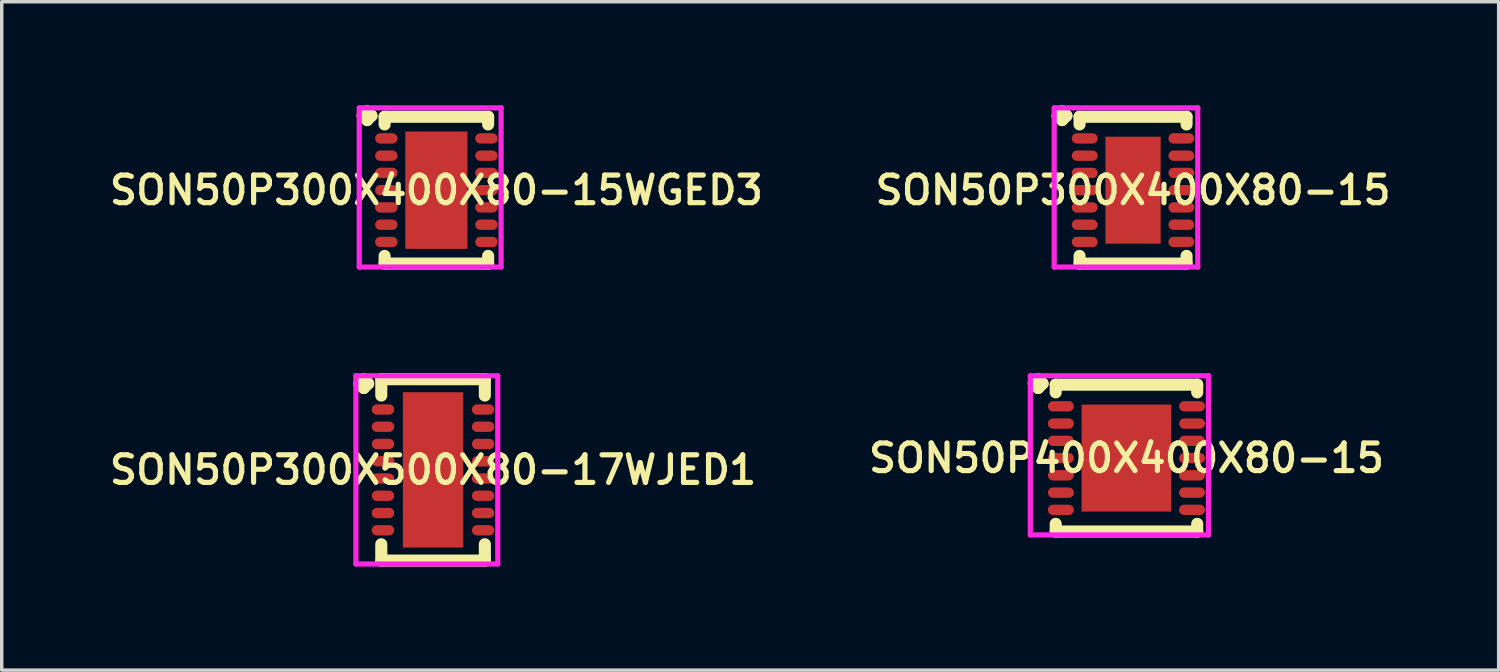
<source format=kicad_pcb>
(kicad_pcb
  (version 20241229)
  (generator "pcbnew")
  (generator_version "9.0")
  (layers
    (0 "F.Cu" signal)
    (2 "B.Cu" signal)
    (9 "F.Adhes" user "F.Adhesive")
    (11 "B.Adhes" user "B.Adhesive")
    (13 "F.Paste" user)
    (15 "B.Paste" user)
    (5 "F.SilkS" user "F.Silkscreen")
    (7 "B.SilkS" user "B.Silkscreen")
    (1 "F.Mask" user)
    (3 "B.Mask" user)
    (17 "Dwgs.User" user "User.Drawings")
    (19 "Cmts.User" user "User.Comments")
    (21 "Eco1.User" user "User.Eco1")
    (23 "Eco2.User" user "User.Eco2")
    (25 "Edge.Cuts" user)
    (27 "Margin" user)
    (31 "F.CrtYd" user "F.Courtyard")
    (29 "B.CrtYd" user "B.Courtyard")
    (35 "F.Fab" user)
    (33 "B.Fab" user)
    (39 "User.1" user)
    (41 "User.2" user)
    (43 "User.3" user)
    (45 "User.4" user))
  (footprint "SON50P300X400X80-15WGED3"
    (layer "F.Cu")
    (at 9.593 2.46)
    (property "Reference" "SON50P300X400X80-15WGED3" (at 0 0 0) (layer "F.SilkS") (effects (font (size 0.8 0.8) (thickness 0.15))))
    (attr smd)
    (fp_line (start -2.135 -2.158) (end -2.008 -2.285) (stroke (width 0.35) (type solid)) (layer "F.SilkS"))
    (fp_line (start -2.008 -2.285) (end -1.881 -2.158) (stroke (width 0.35) (type solid)) (layer "F.SilkS"))
    (fp_line (start -2.008 -2.031) (end -2.135 -2.158) (stroke (width 0.35) (type solid)) (layer "F.SilkS"))
    (fp_line (start -1.881 -2.158) (end -2.008 -2.031) (stroke (width 0.35) (type solid)) (layer "F.SilkS"))
    (fp_line (start -1.5 -2.127) (end 1.5 -2.127) (stroke (width 0.35) (type solid)) (layer "F.SilkS"))
    (fp_line (start -1.5 -1.904) (end -1.5 -2.127) (stroke (width 0.35) (type solid)) (layer "F.SilkS"))
    (fp_line (start -1.5 1.904) (end -1.5 2.127) (stroke (width 0.35) (type solid)) (layer "F.SilkS"))
    (fp_line (start -1.5 2.127) (end 1.5 2.127) (stroke (width 0.35) (type solid)) (layer "F.SilkS"))
    (fp_line (start 1.5 -2.127) (end 1.5 -1.904) (stroke (width 0.35) (type solid)) (layer "F.SilkS"))
    (fp_line (start 1.5 2.127) (end 1.5 1.904) (stroke (width 0.35) (type solid)) (layer "F.SilkS"))
    (fp_line (start -2.235 -2.385) (end 1.875 -2.385) (stroke (width 0.15) (type solid)) (layer "F.CrtYd"))
    (fp_line (start -2.235 2.227) (end -2.235 -2.385) (stroke (width 0.15) (type solid)) (layer "F.CrtYd"))
    (fp_line (start 1.875 -2.385) (end 1.875 2.227) (stroke (width 0.15) (type solid)) (layer "F.CrtYd"))
    (fp_line (start 1.875 2.227) (end -2.235 2.227) (stroke (width 0.15) (type solid)) (layer "F.CrtYd"))
    (pad "1" smd oval (at -1.45 -1.5) (size 0.65 0.3) (layers "F.Cu" "F.Mask" "F.Paste"))
    (pad "2" smd oval (at -1.45 -1) (size 0.65 0.3) (layers "F.Cu" "F.Mask" "F.Paste"))
    (pad "3" smd oval (at -1.45 -0.5) (size 0.65 0.3) (layers "F.Cu" "F.Mask" "F.Paste"))
    (pad "4" smd oval (at -1.45 0) (size 0.65 0.3) (layers "F.Cu" "F.Mask" "F.Paste"))
    (pad "5" smd oval (at -1.45 0.5) (size 0.65 0.3) (layers "F.Cu" "F.Mask" "F.Paste"))
    (pad "6" smd oval (at -1.45 1) (size 0.65 0.3) (layers "F.Cu" "F.Mask" "F.Paste"))
    (pad "7" smd oval (at -1.45 1.5) (size 0.65 0.3) (layers "F.Cu" "F.Mask" "F.Paste"))
    (pad "8" smd oval (at 1.45 1.5) (size 0.65 0.3) (layers "F.Cu" "F.Mask" "F.Paste"))
    (pad "9" smd oval (at 1.45 1) (size 0.65 0.3) (layers "F.Cu" "F.Mask" "F.Paste"))
    (pad "10" smd oval (at 1.45 0.5) (size 0.65 0.3) (layers "F.Cu" "F.Mask" "F.Paste"))
    (pad "11" smd oval (at 1.45 0) (size 0.65 0.3) (layers "F.Cu" "F.Mask" "F.Paste"))
    (pad "12" smd oval (at 1.45 -0.5) (size 0.65 0.3) (layers "F.Cu" "F.Mask" "F.Paste"))
    (pad "13" smd oval (at 1.45 -1) (size 0.65 0.3) (layers "F.Cu" "F.Mask" "F.Paste"))
    (pad "14" smd oval (at 1.45 -1.5) (size 0.65 0.3) (layers "F.Cu" "F.Mask" "F.Paste"))
    (pad "15" smd rect (at 0 0) (size 1.8 3.4) (layers "F.Cu" "F.Mask" "F.Paste")))
  (footprint "SON50P400X400X80-15"
    (layer "F.Cu")
    (at 29.587 10.222)
    (property "Reference" "SON50P400X400X80-15" (at 0 0 0) (layer "F.SilkS") (effects (font (size 0.8 0.8) (thickness 0.15))))
    (attr smd)
    (fp_line (start -2.685 -2.158) (end -2.558 -2.285) (stroke (width 0.35) (type solid)) (layer "F.SilkS"))
    (fp_line (start -2.558 -2.285) (end -2.431 -2.158) (stroke (width 0.35) (type solid)) (layer "F.SilkS"))
    (fp_line (start -2.558 -2.031) (end -2.685 -2.158) (stroke (width 0.35) (type solid)) (layer "F.SilkS"))
    (fp_line (start -2.431 -2.158) (end -2.558 -2.031) (stroke (width 0.35) (type solid)) (layer "F.SilkS"))
    (fp_line (start -2.05 -2.127) (end 2.05 -2.127) (stroke (width 0.35) (type solid)) (layer "F.SilkS"))
    (fp_line (start -2.05 -1.904) (end -2.05 -2.127) (stroke (width 0.35) (type solid)) (layer "F.SilkS"))
    (fp_line (start -2.05 1.904) (end -2.05 2.127) (stroke (width 0.35) (type solid)) (layer "F.SilkS"))
    (fp_line (start -2.05 2.127) (end 2.05 2.127) (stroke (width 0.35) (type solid)) (layer "F.SilkS"))
    (fp_line (start 2.05 -2.127) (end 2.05 -1.904) (stroke (width 0.35) (type solid)) (layer "F.SilkS"))
    (fp_line (start 2.05 2.127) (end 2.05 1.904) (stroke (width 0.35) (type solid)) (layer "F.SilkS"))
    (fp_line (start -2.785 -2.385) (end 2.375 -2.385) (stroke (width 0.15) (type solid)) (layer "F.CrtYd"))
    (fp_line (start -2.785 2.227) (end -2.785 -2.385) (stroke (width 0.15) (type solid)) (layer "F.CrtYd"))
    (fp_line (start 2.375 -2.385) (end 2.375 2.227) (stroke (width 0.15) (type solid)) (layer "F.CrtYd"))
    (fp_line (start 2.375 2.227) (end -2.785 2.227) (stroke (width 0.15) (type solid)) (layer "F.CrtYd"))
    (pad "1" smd oval (at -1.9 -1.5) (size 0.75 0.3) (layers "F.Cu" "F.Mask" "F.Paste"))
    (pad "2" smd oval (at -1.9 -1) (size 0.75 0.3) (layers "F.Cu" "F.Mask" "F.Paste"))
    (pad "3" smd oval (at -1.9 -0.5) (size 0.75 0.3) (layers "F.Cu" "F.Mask" "F.Paste"))
    (pad "4" smd oval (at -1.9 0) (size 0.75 0.3) (layers "F.Cu" "F.Mask" "F.Paste"))
    (pad "5" smd oval (at -1.9 0.5) (size 0.75 0.3) (layers "F.Cu" "F.Mask" "F.Paste"))
    (pad "6" smd oval (at -1.9 1) (size 0.75 0.3) (layers "F.Cu" "F.Mask" "F.Paste"))
    (pad "7" smd oval (at -1.9 1.5) (size 0.75 0.3) (layers "F.Cu" "F.Mask" "F.Paste"))
    (pad "8" smd oval (at 1.9 1.5) (size 0.75 0.3) (layers "F.Cu" "F.Mask" "F.Paste"))
    (pad "9" smd oval (at 1.9 1) (size 0.75 0.3) (layers "F.Cu" "F.Mask" "F.Paste"))
    (pad "10" smd oval (at 1.9 0.5) (size 0.75 0.3) (layers "F.Cu" "F.Mask" "F.Paste"))
    (pad "11" smd oval (at 1.9 0) (size 0.75 0.3) (layers "F.Cu" "F.Mask" "F.Paste"))
    (pad "12" smd oval (at 1.9 -0.5) (size 0.75 0.3) (layers "F.Cu" "F.Mask" "F.Paste"))
    (pad "13" smd oval (at 1.9 -1) (size 0.75 0.3) (layers "F.Cu" "F.Mask" "F.Paste"))
    (pad "14" smd oval (at 1.9 -1.5) (size 0.75 0.3) (layers "F.Cu" "F.Mask" "F.Paste"))
    (pad "15" smd rect (at 0 0) (size 2.6 3.1) (layers "F.Cu" "F.Mask" "F.Paste")))
  (footprint "SON50P300X500X80-17WJED1"
    (layer "F.Cu")
    (at 9.497 10.564)
    (property "Reference" "SON50P300X500X80-17WJED1" (at 0 0 0) (layer "F.SilkS") (effects (font (size 0.8 0.8) (thickness 0.15))))
    (attr smd)
    (fp_line (start -2.135 -2.5) (end -2.008 -2.627) (stroke (width 0.35) (type solid)) (layer "F.SilkS"))
    (fp_line (start -2.008 -2.627) (end -1.881 -2.5) (stroke (width 0.35) (type solid)) (layer "F.SilkS"))
    (fp_line (start -2.008 -2.373) (end -2.135 -2.5) (stroke (width 0.35) (type solid)) (layer "F.SilkS"))
    (fp_line (start -1.881 -2.5) (end -2.008 -2.373) (stroke (width 0.35) (type solid)) (layer "F.SilkS"))
    (fp_line (start -1.5 -2.627) (end 1.5 -2.627) (stroke (width 0.35) (type solid)) (layer "F.SilkS"))
    (fp_line (start -1.5 -2.154) (end -1.5 -2.627) (stroke (width 0.35) (type solid)) (layer "F.SilkS"))
    (fp_line (start -1.5 2.154) (end -1.5 2.627) (stroke (width 0.35) (type solid)) (layer "F.SilkS"))
    (fp_line (start -1.5 2.627) (end 1.5 2.627) (stroke (width 0.35) (type solid)) (layer "F.SilkS"))
    (fp_line (start 1.5 -2.627) (end 1.5 -2.154) (stroke (width 0.35) (type solid)) (layer "F.SilkS"))
    (fp_line (start 1.5 2.627) (end 1.5 2.154) (stroke (width 0.35) (type solid)) (layer "F.SilkS"))
    (fp_line (start -2.235 -2.727) (end 1.875 -2.727) (stroke (width 0.15) (type solid)) (layer "F.CrtYd"))
    (fp_line (start -2.235 2.727) (end -2.235 -2.727) (stroke (width 0.15) (type solid)) (layer "F.CrtYd"))
    (fp_line (start 1.875 -2.727) (end 1.875 2.727) (stroke (width 0.15) (type solid)) (layer "F.CrtYd"))
    (fp_line (start 1.875 2.727) (end -2.235 2.727) (stroke (width 0.15) (type solid)) (layer "F.CrtYd"))
    (pad "1" smd oval (at -1.45 -1.75) (size 0.65 0.3) (layers "F.Cu" "F.Mask" "F.Paste"))
    (pad "2" smd oval (at -1.45 -1.25) (size 0.65 0.3) (layers "F.Cu" "F.Mask" "F.Paste"))
    (pad "3" smd oval (at -1.45 -0.75) (size 0.65 0.3) (layers "F.Cu" "F.Mask" "F.Paste"))
    (pad "4" smd oval (at -1.45 -0.25) (size 0.65 0.3) (layers "F.Cu" "F.Mask" "F.Paste"))
    (pad "5" smd oval (at -1.45 0.25) (size 0.65 0.3) (layers "F.Cu" "F.Mask" "F.Paste"))
    (pad "6" smd oval (at -1.45 0.75) (size 0.65 0.3) (layers "F.Cu" "F.Mask" "F.Paste"))
    (pad "7" smd oval (at -1.45 1.25) (size 0.65 0.3) (layers "F.Cu" "F.Mask" "F.Paste"))
    (pad "8" smd oval (at -1.45 1.75) (size 0.65 0.3) (layers "F.Cu" "F.Mask" "F.Paste"))
    (pad "9" smd oval (at 1.45 1.75) (size 0.65 0.3) (layers "F.Cu" "F.Mask" "F.Paste"))
    (pad "10" smd oval (at 1.45 1.25) (size 0.65 0.3) (layers "F.Cu" "F.Mask" "F.Paste"))
    (pad "11" smd oval (at 1.45 0.75) (size 0.65 0.3) (layers "F.Cu" "F.Mask" "F.Paste"))
    (pad "12" smd oval (at 1.45 0.25) (size 0.65 0.3) (layers "F.Cu" "F.Mask" "F.Paste"))
    (pad "13" smd oval (at 1.45 -0.25) (size 0.65 0.3) (layers "F.Cu" "F.Mask" "F.Paste"))
    (pad "14" smd oval (at 1.45 -0.75) (size 0.65 0.3) (layers "F.Cu" "F.Mask" "F.Paste"))
    (pad "15" smd oval (at 1.45 -1.25) (size 0.65 0.3) (layers "F.Cu" "F.Mask" "F.Paste"))
    (pad "16" smd oval (at 1.45 -1.75) (size 0.65 0.3) (layers "F.Cu" "F.Mask" "F.Paste"))
    (pad "17" smd rect (at 0 0) (size 1.75 4.5) (layers "F.Cu" "F.Mask" "F.Paste")))
  (footprint "SON50P300X400X80-15"
    (layer "F.Cu")
    (at 29.778 2.46)
    (property "Reference" "SON50P300X400X80-15" (at 0 0 0) (layer "F.SilkS") (effects (font (size 0.8 0.8) (thickness 0.15))))
    (attr smd)
    (fp_line (start -2.185 -2.158) (end -2.058 -2.285) (stroke (width 0.35) (type solid)) (layer "F.SilkS"))
    (fp_line (start -2.058 -2.285) (end -1.931 -2.158) (stroke (width 0.35) (type solid)) (layer "F.SilkS"))
    (fp_line (start -2.058 -2.031) (end -2.185 -2.158) (stroke (width 0.35) (type solid)) (layer "F.SilkS"))
    (fp_line (start -1.931 -2.158) (end -2.058 -2.031) (stroke (width 0.35) (type solid)) (layer "F.SilkS"))
    (fp_line (start -1.55 -2.127) (end 1.55 -2.127) (stroke (width 0.35) (type solid)) (layer "F.SilkS"))
    (fp_line (start -1.55 -1.904) (end -1.55 -2.127) (stroke (width 0.35) (type solid)) (layer "F.SilkS"))
    (fp_line (start -1.55 1.904) (end -1.55 2.127) (stroke (width 0.35) (type solid)) (layer "F.SilkS"))
    (fp_line (start -1.55 2.127) (end 1.55 2.127) (stroke (width 0.35) (type solid)) (layer "F.SilkS"))
    (fp_line (start 1.55 -2.127) (end 1.55 -1.904) (stroke (width 0.35) (type solid)) (layer "F.SilkS"))
    (fp_line (start 1.55 2.127) (end 1.55 1.904) (stroke (width 0.35) (type solid)) (layer "F.SilkS"))
    (fp_line (start -2.285 -2.385) (end 1.875 -2.385) (stroke (width 0.15) (type solid)) (layer "F.CrtYd"))
    (fp_line (start -2.285 2.227) (end -2.285 -2.385) (stroke (width 0.15) (type solid)) (layer "F.CrtYd"))
    (fp_line (start 1.875 -2.385) (end 1.875 2.227) (stroke (width 0.15) (type solid)) (layer "F.CrtYd"))
    (fp_line (start 1.875 2.227) (end -2.285 2.227) (stroke (width 0.15) (type solid)) (layer "F.CrtYd"))
    (pad "1" smd oval (at -1.4 -1.5) (size 0.75 0.3) (layers "F.Cu" "F.Mask" "F.Paste"))
    (pad "2" smd oval (at -1.4 -1) (size 0.75 0.3) (layers "F.Cu" "F.Mask" "F.Paste"))
    (pad "3" smd oval (at -1.4 -0.5) (size 0.75 0.3) (layers "F.Cu" "F.Mask" "F.Paste"))
    (pad "4" smd oval (at -1.4 0) (size 0.75 0.3) (layers "F.Cu" "F.Mask" "F.Paste"))
    (pad "5" smd oval (at -1.4 0.5) (size 0.75 0.3) (layers "F.Cu" "F.Mask" "F.Paste"))
    (pad "6" smd oval (at -1.4 1) (size 0.75 0.3) (layers "F.Cu" "F.Mask" "F.Paste"))
    (pad "7" smd oval (at -1.4 1.5) (size 0.75 0.3) (layers "F.Cu" "F.Mask" "F.Paste"))
    (pad "8" smd oval (at 1.4 1.5) (size 0.75 0.3) (layers "F.Cu" "F.Mask" "F.Paste"))
    (pad "9" smd oval (at 1.4 1) (size 0.75 0.3) (layers "F.Cu" "F.Mask" "F.Paste"))
    (pad "10" smd oval (at 1.4 0.5) (size 0.75 0.3) (layers "F.Cu" "F.Mask" "F.Paste"))
    (pad "11" smd oval (at 1.4 0) (size 0.75 0.3) (layers "F.Cu" "F.Mask" "F.Paste"))
    (pad "12" smd oval (at 1.4 -0.5) (size 0.75 0.3) (layers "F.Cu" "F.Mask" "F.Paste"))
    (pad "13" smd oval (at 1.4 -1) (size 0.75 0.3) (layers "F.Cu" "F.Mask" "F.Paste"))
    (pad "14" smd oval (at 1.4 -1.5) (size 0.75 0.3) (layers "F.Cu" "F.Mask" "F.Paste"))
    (pad "15" smd rect (at 0 0) (size 1.6 3.1) (layers "F.Cu" "F.Mask" "F.Paste")))
  (gr_rect
    (start -3 -3)
    (end 40.37 16.366)
    (stroke (width 0.1) (type default))
    (fill no)
    (layer "Edge.Cuts")))
</source>
